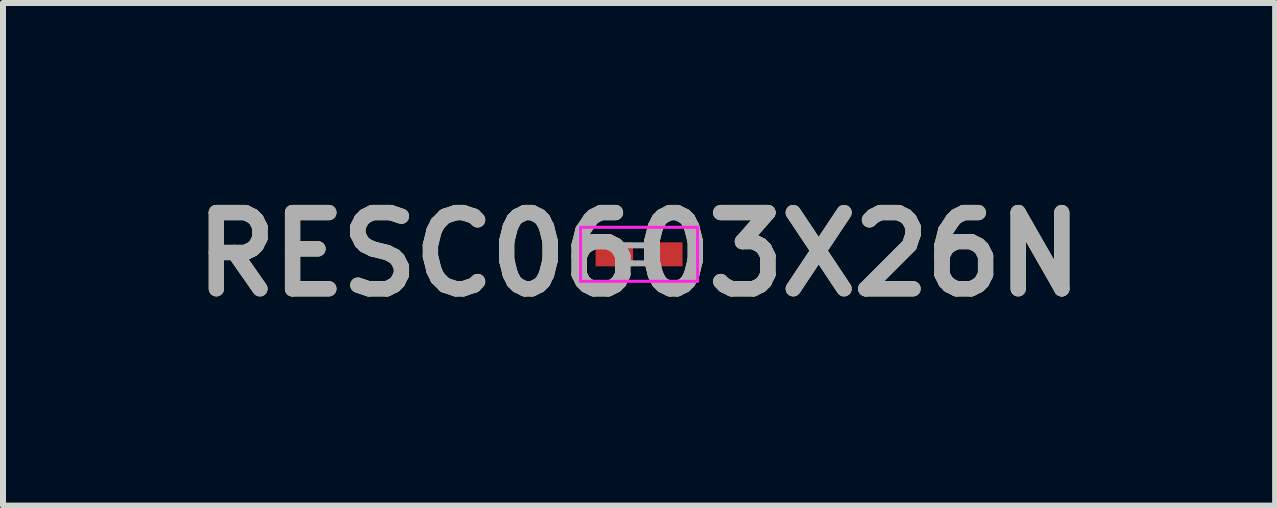
<source format=kicad_pcb>
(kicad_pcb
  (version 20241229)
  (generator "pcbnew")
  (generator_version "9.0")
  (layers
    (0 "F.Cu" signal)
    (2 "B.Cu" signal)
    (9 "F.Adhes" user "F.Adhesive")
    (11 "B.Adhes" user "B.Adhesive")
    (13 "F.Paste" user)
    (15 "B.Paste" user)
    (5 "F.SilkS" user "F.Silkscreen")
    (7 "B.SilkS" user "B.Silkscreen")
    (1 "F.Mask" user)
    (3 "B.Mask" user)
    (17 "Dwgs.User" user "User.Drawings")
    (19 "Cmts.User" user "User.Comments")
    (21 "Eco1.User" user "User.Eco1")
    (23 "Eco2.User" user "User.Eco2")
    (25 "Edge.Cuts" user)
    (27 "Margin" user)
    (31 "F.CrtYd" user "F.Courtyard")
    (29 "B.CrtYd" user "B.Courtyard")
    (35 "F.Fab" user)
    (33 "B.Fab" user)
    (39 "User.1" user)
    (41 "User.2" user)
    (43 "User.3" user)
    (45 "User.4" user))
  (footprint "RESC0603X26N"
    (layer "F.Cu")
    (at 7.602 1.189)
    (property "Reference" "RESC0603X26N" (at 0 0 0) (layer "F.SilkS") (effects (font (size 1.27 1.27) (thickness 0.254))))
    (attr smd)
    (fp_line (start -0.975 -0.45) (end 0.975 -0.45) (stroke (width 0.05) (type solid)) (layer "F.CrtYd"))
    (fp_line (start -0.975 0.45) (end -0.975 -0.45) (stroke (width 0.05) (type solid)) (layer "F.CrtYd"))
    (fp_line (start 0.975 -0.45) (end 0.975 0.45) (stroke (width 0.05) (type solid)) (layer "F.CrtYd"))
    (fp_line (start 0.975 0.45) (end -0.975 0.45) (stroke (width 0.05) (type solid)) (layer "F.CrtYd"))
    (fp_line (start -0.3 -0.15) (end 0.3 -0.15) (stroke (width 0.1) (type solid)) (layer "F.Fab"))
    (fp_line (start -0.3 0.15) (end -0.3 -0.15) (stroke (width 0.1) (type solid)) (layer "F.Fab"))
    (fp_line (start 0.3 -0.15) (end 0.3 0.15) (stroke (width 0.1) (type solid)) (layer "F.Fab"))
    (fp_line (start 0.3 0.15) (end -0.3 0.15) (stroke (width 0.1) (type solid)) (layer "F.Fab"))
    (fp_text user "${REFERENCE}" (at 0 0 0) (layer "F.Fab") (effects (font (size 1.27 1.27) (thickness 0.254))))
    (pad "1" smd rect (at -0.412 0 90) (size 0.4 0.625) (layers "F.Cu" "F.Mask" "F.Paste"))
    (pad "2" smd rect (at 0.412 0 90) (size 0.4 0.625) (layers "F.Cu" "F.Mask" "F.Paste")))
  (gr_rect
    (start -3 -3)
    (end 18.204 5.377)
    (stroke (width 0.1) (type default))
    (fill no)
    (layer "Edge.Cuts")))
</source>
